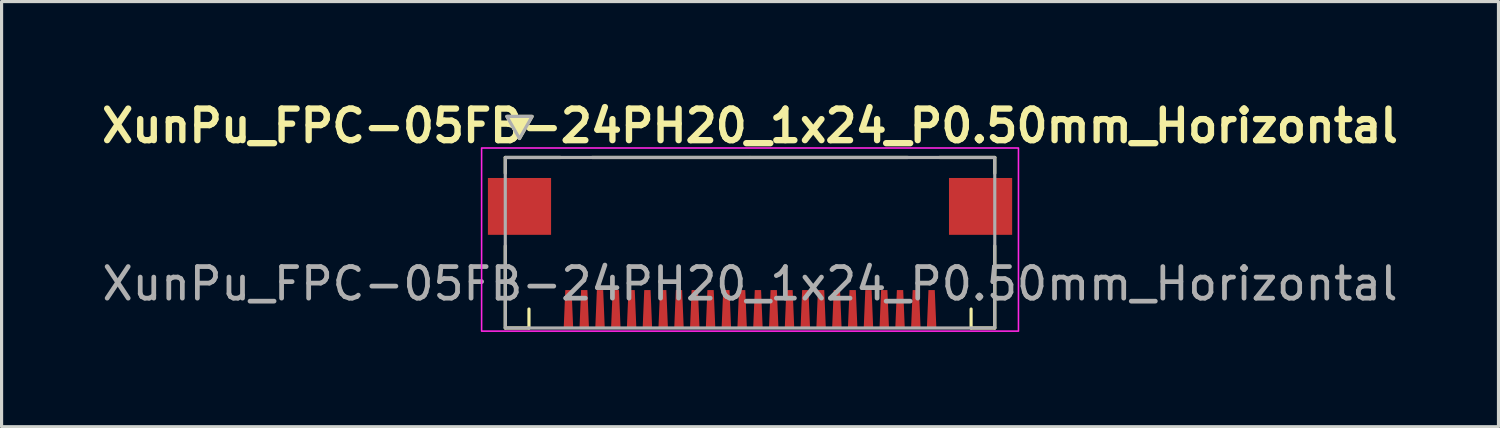
<source format=kicad_pcb>
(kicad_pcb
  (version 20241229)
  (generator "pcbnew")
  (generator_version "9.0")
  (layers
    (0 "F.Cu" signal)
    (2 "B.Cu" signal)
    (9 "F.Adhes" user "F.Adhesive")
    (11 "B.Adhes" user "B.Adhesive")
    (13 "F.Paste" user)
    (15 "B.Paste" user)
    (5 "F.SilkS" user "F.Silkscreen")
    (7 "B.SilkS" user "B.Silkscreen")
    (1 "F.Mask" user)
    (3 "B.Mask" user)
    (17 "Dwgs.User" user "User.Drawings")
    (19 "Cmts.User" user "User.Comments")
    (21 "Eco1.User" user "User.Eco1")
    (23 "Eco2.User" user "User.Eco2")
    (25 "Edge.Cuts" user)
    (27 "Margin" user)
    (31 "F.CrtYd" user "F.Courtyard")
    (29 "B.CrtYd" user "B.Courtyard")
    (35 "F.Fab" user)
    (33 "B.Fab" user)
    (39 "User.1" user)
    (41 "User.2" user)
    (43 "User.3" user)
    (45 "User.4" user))
  (footprint "XunPu_FPC-05FB-24PH20_1x24_P0.50mm_Horizontal"
    (layer "F.Cu")
    (at 20.7 4.436)
    (property "Reference" "XunPu_FPC-05FB-24PH20_1x24_P0.50mm_Horizontal" (at 0 -3.5 0) (unlocked yes) (layer "F.SilkS") (effects (font (size 1 1) (thickness 0.2) (bold yes))))
    (attr smd)
    (fp_line (start -7.75 -2.5) (end -7.75 -2) (stroke (width 0.1) (type default)) (layer "F.SilkS"))
    (fp_line (start -7.75 -2.5) (end -6 -2.5) (stroke (width 0.1) (type default)) (layer "F.SilkS"))
    (fp_line (start -7.75 2.9) (end -7.75 0.3) (stroke (width 0.1) (type default)) (layer "F.SilkS"))
    (fp_line (start -7.75 2.9) (end -7 2.9) (stroke (width 0.1) (type default)) (layer "F.SilkS"))
    (fp_line (start -7 2.9) (end -7 2.3) (stroke (width 0.1) (type default)) (layer "F.SilkS"))
    (fp_line (start 0 -2.5) (end -5 -2.5) (stroke (width 0.1) (type default)) (layer "F.SilkS"))
    (fp_line (start 0 -2.5) (end 5 -2.5) (stroke (width 0.1) (type default)) (layer "F.SilkS"))
    (fp_line (start 7 2.9) (end 7 2.3) (stroke (width 0.1) (type default)) (layer "F.SilkS"))
    (fp_line (start 7.75 -2.5) (end 6 -2.5) (stroke (width 0.1) (type default)) (layer "F.SilkS"))
    (fp_line (start 7.75 -2.5) (end 7.75 -2) (stroke (width 0.1) (type default)) (layer "F.SilkS"))
    (fp_line (start 7.75 2.9) (end 7 2.9) (stroke (width 0.1) (type default)) (layer "F.SilkS"))
    (fp_line (start 7.75 2.9) (end 7.75 0.3) (stroke (width 0.1) (type default)) (layer "F.SilkS"))
    (fp_poly (pts (xy -7.7 -3.8) (xy -7.3 -3.1) (xy -6.9 -3.8)) (stroke (width 0.1) (type solid)) (fill yes) (layer "F.SilkS"))
    (fp_rect (start -8.5 -2.8) (end 8.5 3) (stroke (width 0.05) (type default)) (fill no) (layer "F.CrtYd"))
    (fp_rect (start -7.75 -2.5) (end 7.75 2.9) (stroke (width 0.1) (type default)) (fill no) (layer "F.Fab"))
    (fp_poly (pts (xy -7.7 -3.8) (xy -7.3 -3.1) (xy -6.9 -3.8)) (stroke (width 0.1) (type solid)) (fill no) (layer "F.Fab"))
    (fp_text user "${REFERENCE}" (at 0 1.5 0) (unlocked yes) (layer "F.Fab") (effects (font (size 1 1) (thickness 0.15))))
    (pad "1" smd trapezoid (at -5.75 2.3) (size 0.25 1.2) (rect_delta 0 0.05) (layers "F.Cu" "F.Mask" "F.Paste"))
    (pad "2" smd trapezoid (at -5.25 2.3) (size 0.25 1.2) (rect_delta 0 0.05) (layers "F.Cu" "F.Mask" "F.Paste"))
    (pad "3" smd trapezoid (at -4.75 2.3) (size 0.25 1.2) (rect_delta 0 0.05) (layers "F.Cu" "F.Mask" "F.Paste"))
    (pad "4" smd trapezoid (at -4.25 2.3) (size 0.25 1.2) (rect_delta 0 0.05) (layers "F.Cu" "F.Mask" "F.Paste"))
    (pad "5" smd trapezoid (at -3.75 2.3) (size 0.25 1.2) (rect_delta 0 0.05) (layers "F.Cu" "F.Mask" "F.Paste"))
    (pad "6" smd trapezoid (at -3.25 2.3) (size 0.25 1.2) (rect_delta 0 0.05) (layers "F.Cu" "F.Mask" "F.Paste"))
    (pad "7" smd trapezoid (at -2.75 2.3) (size 0.25 1.2) (rect_delta 0 0.05) (layers "F.Cu" "F.Mask" "F.Paste"))
    (pad "8" smd trapezoid (at -2.25 2.3) (size 0.25 1.2) (rect_delta 0 0.05) (layers "F.Cu" "F.Mask" "F.Paste"))
    (pad "9" smd trapezoid (at -1.75 2.3) (size 0.25 1.2) (rect_delta 0 0.05) (layers "F.Cu" "F.Mask" "F.Paste"))
    (pad "10" smd trapezoid (at -1.25 2.3) (size 0.25 1.2) (rect_delta 0 0.05) (layers "F.Cu" "F.Mask" "F.Paste"))
    (pad "11" smd trapezoid (at -0.75 2.3) (size 0.25 1.2) (rect_delta 0 0.05) (layers "F.Cu" "F.Mask" "F.Paste"))
    (pad "12" smd trapezoid (at -0.25 2.3) (size 0.25 1.2) (rect_delta 0 0.05) (layers "F.Cu" "F.Mask" "F.Paste"))
    (pad "13" smd trapezoid (at 0.25 2.3) (size 0.25 1.2) (rect_delta 0 0.05) (layers "F.Cu" "F.Mask" "F.Paste"))
    (pad "14" smd trapezoid (at 0.75 2.3) (size 0.25 1.2) (rect_delta 0 0.05) (layers "F.Cu" "F.Mask" "F.Paste"))
    (pad "15" smd trapezoid (at 1.25 2.3) (size 0.25 1.2) (rect_delta 0 0.05) (layers "F.Cu" "F.Mask" "F.Paste"))
    (pad "16" smd trapezoid (at 1.75 2.3) (size 0.25 1.2) (rect_delta 0 0.05) (layers "F.Cu" "F.Mask" "F.Paste"))
    (pad "17" smd trapezoid (at 2.25 2.3) (size 0.25 1.2) (rect_delta 0 0.05) (layers "F.Cu" "F.Mask" "F.Paste"))
    (pad "18" smd trapezoid (at 2.75 2.3) (size 0.25 1.2) (rect_delta 0 0.05) (layers "F.Cu" "F.Mask" "F.Paste"))
    (pad "19" smd trapezoid (at 3.25 2.3) (size 0.25 1.2) (rect_delta 0 0.05) (layers "F.Cu" "F.Mask" "F.Paste"))
    (pad "20" smd trapezoid (at 3.75 2.3) (size 0.25 1.2) (rect_delta 0 0.05) (layers "F.Cu" "F.Mask" "F.Paste"))
    (pad "21" smd trapezoid (at 4.25 2.3) (size 0.25 1.2) (rect_delta 0 0.05) (layers "F.Cu" "F.Mask" "F.Paste"))
    (pad "22" smd trapezoid (at 4.75 2.3) (size 0.25 1.2) (rect_delta 0 0.05) (layers "F.Cu" "F.Mask" "F.Paste"))
    (pad "23" smd trapezoid (at 5.25 2.3) (size 0.25 1.2) (rect_delta 0 0.05) (layers "F.Cu" "F.Mask" "F.Paste"))
    (pad "24" smd trapezoid (at 5.75 2.3) (size 0.25 1.2) (rect_delta 0 0.05) (layers "F.Cu" "F.Mask" "F.Paste"))
    (pad "MP" smd trapezoid (at -7.3 -0.95) (size 2 1.8) (layers "F.Cu" "F.Mask" "F.Paste"))
    (pad "MP" smd trapezoid (at 7.3 -0.95) (size 2 1.8) (layers "F.Cu" "F.Mask" "F.Paste")))
  (gr_rect
    (start -3 -3)
    (end 44.4 10.461)
    (stroke (width 0.1) (type default))
    (fill no)
    (layer "Edge.Cuts")))
</source>
